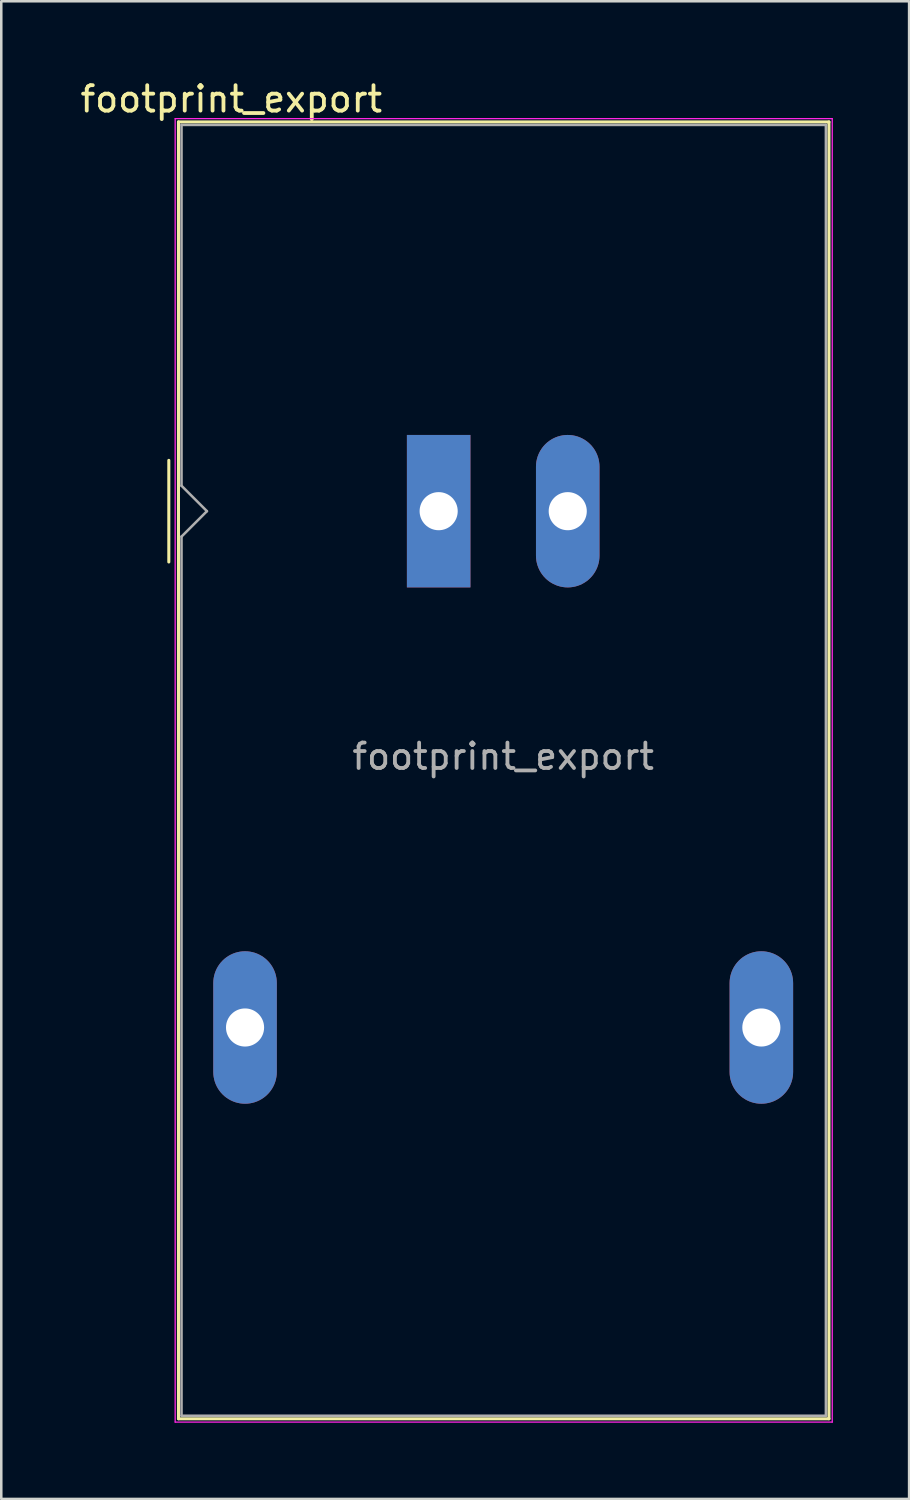
<source format=kicad_pcb>
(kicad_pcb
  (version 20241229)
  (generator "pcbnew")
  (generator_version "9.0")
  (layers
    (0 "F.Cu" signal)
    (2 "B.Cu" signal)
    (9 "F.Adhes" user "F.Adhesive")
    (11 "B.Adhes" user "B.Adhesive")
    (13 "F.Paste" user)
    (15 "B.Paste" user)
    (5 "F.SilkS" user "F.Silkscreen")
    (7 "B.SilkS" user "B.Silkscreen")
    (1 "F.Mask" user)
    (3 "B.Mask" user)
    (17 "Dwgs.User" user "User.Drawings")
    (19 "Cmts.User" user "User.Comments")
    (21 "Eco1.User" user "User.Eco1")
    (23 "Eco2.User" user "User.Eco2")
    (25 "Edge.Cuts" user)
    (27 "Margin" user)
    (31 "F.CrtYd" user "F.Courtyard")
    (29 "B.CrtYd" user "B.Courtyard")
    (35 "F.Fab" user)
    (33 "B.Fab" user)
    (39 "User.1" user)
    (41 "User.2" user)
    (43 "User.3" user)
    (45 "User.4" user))
  (footprint "footprint_export"
    (layer "F.Cu")
    (at 14.214 17.068)
    (property "Reference" "footprint_export" (at -8.16 -16.22 180) (layer "F.SilkS") (effects (font (size 1 1) (thickness 0.15))))
    (attr through_hole)
    (fp_line (start -10.62 -2) (end -10.62 2) (stroke (width 0.12) (type solid)) (layer "F.SilkS"))
    (fp_line (start -10.24 -15.32) (end 15.36 -15.32) (stroke (width 0.12) (type solid)) (layer "F.SilkS"))
    (fp_line (start -10.24 35.72) (end -10.24 -15.32) (stroke (width 0.12) (type solid)) (layer "F.SilkS"))
    (fp_line (start 15.36 -15.32) (end 15.36 35.72) (stroke (width 0.12) (type solid)) (layer "F.SilkS"))
    (fp_line (start 15.36 35.72) (end -10.24 35.72) (stroke (width 0.12) (type solid)) (layer "F.SilkS"))
    (fp_line (start -10.37 -15.45) (end 15.49 -15.45) (stroke (width 0.05) (type solid)) (layer "F.CrtYd"))
    (fp_line (start -10.37 35.85) (end -10.37 -15.45) (stroke (width 0.05) (type solid)) (layer "F.CrtYd"))
    (fp_line (start -10.37 35.85) (end 15.49 35.85) (stroke (width 0.05) (type solid)) (layer "F.CrtYd"))
    (fp_line (start 15.49 35.85) (end 15.49 -15.45) (stroke (width 0.05) (type solid)) (layer "F.CrtYd"))
    (fp_line (start -10.12 -1) (end -10.12 -15.2) (stroke (width 0.1) (type solid)) (layer "F.Fab"))
    (fp_line (start -10.12 1) (end -10.12 35.6) (stroke (width 0.1) (type solid)) (layer "F.Fab"))
    (fp_line (start -10.12 1) (end -9.12 0) (stroke (width 0.1) (type solid)) (layer "F.Fab"))
    (fp_line (start -10.12 35.6) (end 15.24 35.6) (stroke (width 0.1) (type solid)) (layer "F.Fab"))
    (fp_line (start -9.12 0) (end -10.12 -1) (stroke (width 0.1) (type solid)) (layer "F.Fab"))
    (fp_line (start 15.24 -15.2) (end -10.12 -15.2) (stroke (width 0.1) (type solid)) (layer "F.Fab"))
    (fp_line (start 15.24 35.6) (end 15.24 -15.2) (stroke (width 0.1) (type solid)) (layer "F.Fab"))
    (fp_text user "${REFERENCE}" (at 2.54 9.652 0) (layer "F.Fab") (effects (font (size 1 1) (thickness 0.15))))
    (pad "1" thru_hole rect (at 0 0 90) (size 6 2.5) (drill 1.5) (layers "*.Cu" "*.Mask"))
    (pad "2" thru_hole oval (at 5.08 0 90) (size 6 2.5) (drill 1.5) (layers "*.Cu" "*.Mask"))
    (pad "3" thru_hole oval (at -7.62 20.32 90) (size 6 2.5) (drill 1.5) (layers "*.Cu" "*.Mask"))
    (pad "5" thru_hole oval (at 12.7 20.32 90) (size 6 2.5) (drill 1.5) (layers "*.Cu" "*.Mask")))
  (gr_rect
    (start -3 -3)
    (end 32.729 55.943)
    (stroke (width 0.1) (type default))
    (fill no)
    (layer "Edge.Cuts")))
</source>
